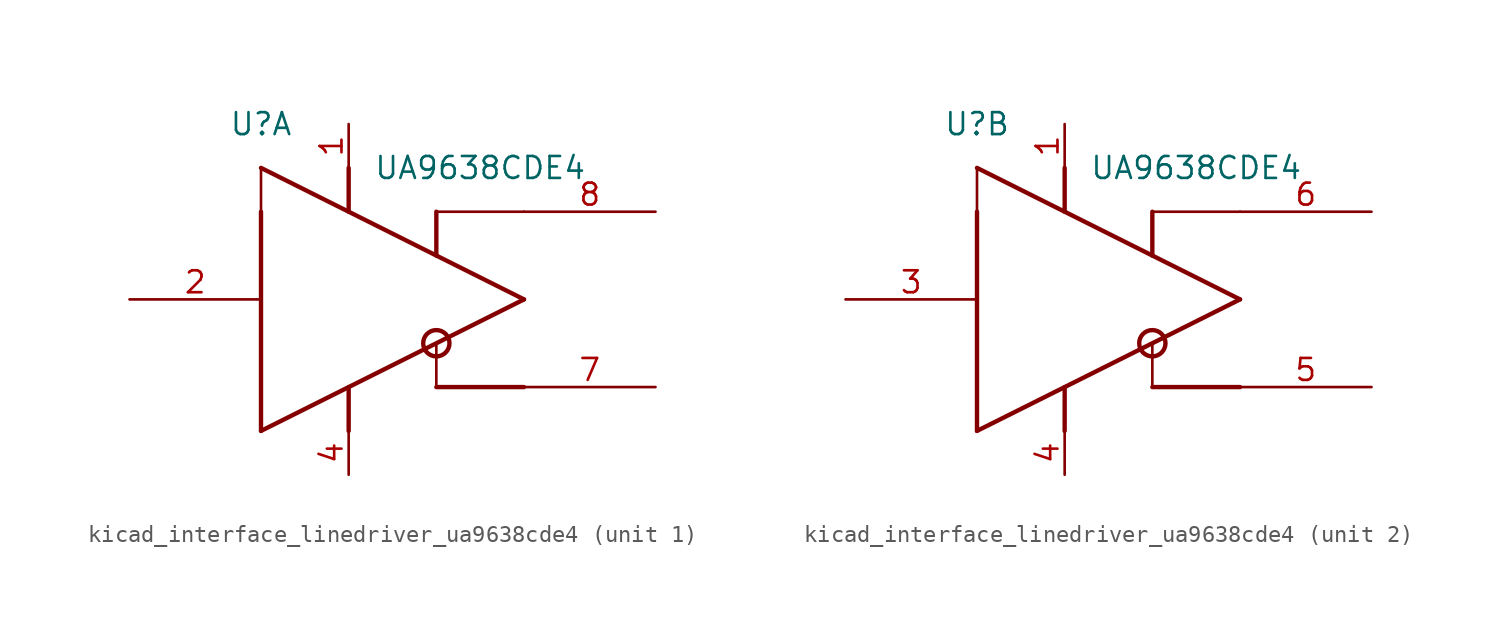
<source format=kicad_sym>
(kicad_symbol_lib
  (version 20220914)
  (generator kicad_symbol_editor)
  (symbol "kicad_interface_linedriver_ua9638cde4"
    (pin_names
      (offset 1.016) hide)
    (property "Reference" "U"
      (at -7.62 10.16 0)
      (effects (font (size 1.27 1.27))))
    (property "Value" "UA9638CDE4"
      (at 5.08 7.62 0)
      (effects (font (size 1.27 1.27))))
    (symbol "kicad_interface_linedriver_ua9638cde4_0_1"
      (polyline (pts (xy -7.62 5.08) (xy -7.62 -7.62)) (stroke (width 0.254) (type default)) (fill (type background)))
      (polyline (pts (xy -7.62 5.08) (xy -7.62 7.62)) (stroke (width 0) (type default)) (fill (type none)))
      (polyline (pts (xy -7.62 7.62) (xy 7.62 0)) (stroke (width 0.254) (type default)) (fill (type none)))
      (polyline (pts (xy -2.54 -5.08) (xy -2.54 -7.62)) (stroke (width 0.254) (type default)) (fill (type none)))
      (polyline (pts (xy -2.54 5.08) (xy -2.54 7.62)) (stroke (width 0.254) (type default)) (fill (type none)))
      (polyline (pts (xy 2.54 -5.08) (xy 7.62 -5.08)) (stroke (width 0.254) (type default)) (fill (type none)))
      (polyline (pts (xy 2.54 -2.54) (xy 2.54 -5.08)) (stroke (width 0) (type default)) (fill (type none)))
      (polyline (pts (xy 2.54 5.08) (xy 2.54 2.54)) (stroke (width 0.254) (type default)) (fill (type none)))
      (polyline (pts (xy 7.62 0) (xy -7.62 -7.62)) (stroke (width 0.254) (type default)) (fill (type none)))
      (polyline (pts (xy 7.62 5.08) (xy 2.54 5.08)) (stroke (width 0) (type default)) (fill (type none)))
      (circle (center 2.54 -2.54) (radius 0.762) (stroke (width 0.254) (type default)) (fill (type none))))
    (symbol "kicad_interface_linedriver_ua9638cde4_1_1"
      (pin power_in line (at -2.54 10.16 270) (length 2.54) (name "VCC" (effects (font (size 1.27 1.27)))) (number "1" (effects (font (size 1.27 1.27)))))
      (pin input line (at -15.24 0 0) (length 7.62) (name "IN" (effects (font (size 1.27 1.27)))) (number "2" (effects (font (size 1.27 1.27)))))
      (pin power_in line (at -2.54 -10.16 90) (length 2.54) (name "GND" (effects (font (size 1.27 1.27)))) (number "4" (effects (font (size 1.27 1.27)))))
      (pin output line (at 15.24 -5.08 180) (length 7.62) (name "OUTA" (effects (font (size 1.27 1.27)))) (number "7" (effects (font (size 1.27 1.27)))))
      (pin output line (at 15.24 5.08 180) (length 7.62) (name "OUTB" (effects (font (size 1.27 1.27)))) (number "8" (effects (font (size 1.27 1.27))))))
    (symbol "kicad_interface_linedriver_ua9638cde4_2_1"
      (pin power_in line (at -2.54 10.16 270) (length 2.54) (name "VCC" (effects (font (size 1.27 1.27)))) (number "1" (effects (font (size 1.27 1.27)))))
      (pin input line (at -15.24 0 0) (length 7.62) (name "IN" (effects (font (size 1.27 1.27)))) (number "3" (effects (font (size 1.27 1.27)))))
      (pin power_in line (at -2.54 -10.16 90) (length 2.54) (name "GND" (effects (font (size 1.27 1.27)))) (number "4" (effects (font (size 1.27 1.27)))))
      (pin output line (at 15.24 -5.08 180) (length 7.62) (name "OUTA" (effects (font (size 1.27 1.27)))) (number "5" (effects (font (size 1.27 1.27)))))
      (pin output line (at 15.24 5.08 180) (length 7.62) (name "OUTB" (effects (font (size 1.27 1.27)))) (number "6" (effects (font (size 1.27 1.27))))))))
</source>
